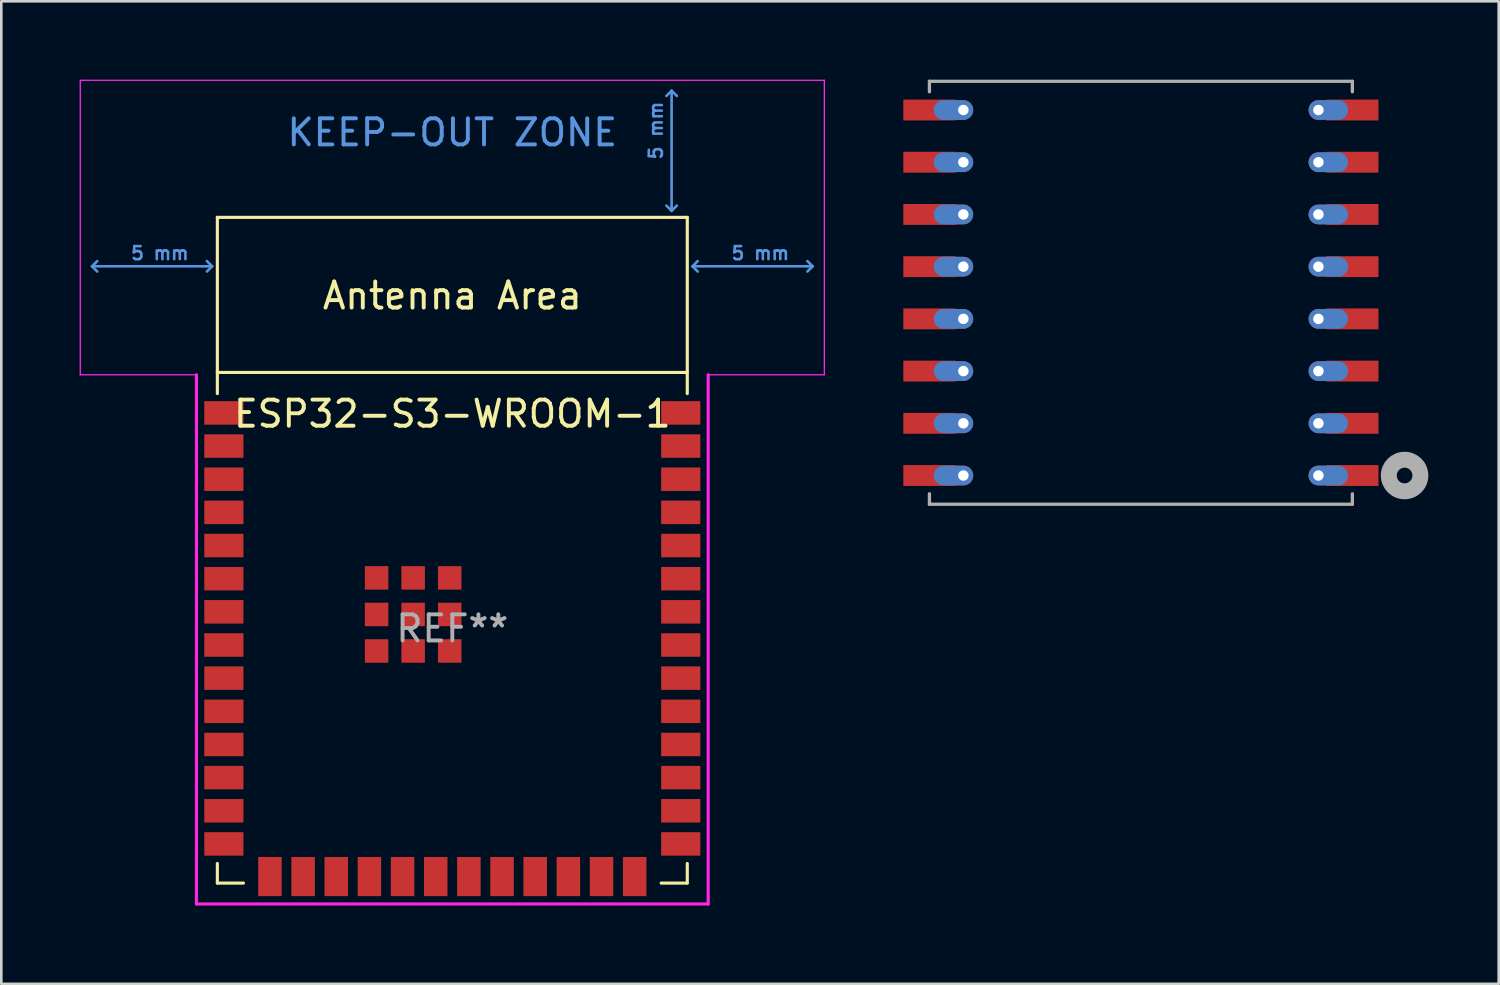
<source format=kicad_pcb>
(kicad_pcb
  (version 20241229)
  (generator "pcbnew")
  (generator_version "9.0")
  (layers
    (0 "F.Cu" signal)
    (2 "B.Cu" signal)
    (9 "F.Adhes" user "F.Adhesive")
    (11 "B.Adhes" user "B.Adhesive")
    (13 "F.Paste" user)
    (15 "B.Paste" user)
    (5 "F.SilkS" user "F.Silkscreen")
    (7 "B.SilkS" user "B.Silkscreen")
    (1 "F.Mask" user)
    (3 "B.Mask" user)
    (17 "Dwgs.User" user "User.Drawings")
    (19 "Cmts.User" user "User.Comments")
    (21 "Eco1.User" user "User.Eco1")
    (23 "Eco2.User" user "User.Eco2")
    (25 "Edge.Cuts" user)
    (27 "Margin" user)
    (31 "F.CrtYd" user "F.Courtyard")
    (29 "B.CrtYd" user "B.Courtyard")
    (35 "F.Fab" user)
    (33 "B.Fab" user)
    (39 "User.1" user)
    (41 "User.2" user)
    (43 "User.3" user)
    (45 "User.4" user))
  (footprint "RFM69HCW"
    (layer "F.Cu")
    (at 40.65 8.164)
    (property "Reference" "RFM69HCW" (at -8 -8.5 0) (layer "In2.Cu") (effects (font (size 0.666 0.666) (thickness 0.146)) (justify left bottom)))
    (fp_line (start -8.1 -8.1) (end 8.1 -8.1) (stroke (width 0.127) (type solid)) (layer "F.Fab"))
    (fp_line (start -8.1 -7.7) (end -8.1 -8.1) (stroke (width 0.127) (type solid)) (layer "F.Fab"))
    (fp_line (start -8.1 7.7) (end -8.1 8.1) (stroke (width 0.127) (type solid)) (layer "F.Fab"))
    (fp_line (start -8.1 8.1) (end 8.1 8.1) (stroke (width 0.127) (type solid)) (layer "F.Fab"))
    (fp_line (start 8.1 -8.1) (end 8.1 -7.7) (stroke (width 0.127) (type solid)) (layer "F.Fab"))
    (fp_line (start 8.1 8.1) (end 8.1 7.7) (stroke (width 0.127) (type solid)) (layer "F.Fab"))
    (fp_circle (center 10.1 7) (end 10.4 7) (stroke (width 0.61) (type solid)) (fill no) (layer "F.Fab"))
    (fp_line (start -8 -8) (end 8 -8) (stroke (width 0.127) (type solid)) (layer "In19.Cu"))
    (fp_line (start -8 8) (end -8 -8) (stroke (width 0.127) (type solid)) (layer "In19.Cu"))
    (fp_line (start 8 -8) (end 8 8) (stroke (width 0.127) (type solid)) (layer "In19.Cu"))
    (fp_line (start 8 8) (end -8 8) (stroke (width 0.127) (type solid)) (layer "In19.Cu"))
    (pad "1" thru_hole oval (at 6.8 7) (size 1.511 0.756) (drill 0.4 (offset 0.378 0)) (layers "*.Cu" "*.Mask"))
    (pad "1P" smd rect (at 8.1 7 180) (size 2 0.8) (layers "F.Cu" "F.Mask" "F.Paste"))
    (pad "2" thru_hole oval (at 6.8 5) (size 1.511 0.756) (drill 0.4 (offset 0.378 0)) (layers "*.Cu" "*.Mask"))
    (pad "2P" smd rect (at 8.1 5 180) (size 2 0.8) (layers "F.Cu" "F.Mask" "F.Paste"))
    (pad "3" thru_hole oval (at 6.8 3) (size 1.511 0.756) (drill 0.4 (offset 0.378 0)) (layers "*.Cu" "*.Mask"))
    (pad "3P" smd rect (at 8.1 3 180) (size 2 0.8) (layers "F.Cu" "F.Mask" "F.Paste"))
    (pad "4" thru_hole oval (at 6.8 1) (size 1.511 0.756) (drill 0.4 (offset 0.378 0)) (layers "*.Cu" "*.Mask"))
    (pad "4P" smd rect (at 8.1 1 180) (size 2 0.8) (layers "F.Cu" "F.Mask" "F.Paste"))
    (pad "5" thru_hole oval (at 6.8 -1) (size 1.511 0.756) (drill 0.4 (offset 0.378 0)) (layers "*.Cu" "*.Mask"))
    (pad "5P" smd rect (at 8.1 -1 180) (size 2 0.8) (layers "F.Cu" "F.Mask" "F.Paste"))
    (pad "6" thru_hole oval (at 6.8 -3) (size 1.511 0.756) (drill 0.4 (offset 0.378 0)) (layers "*.Cu" "*.Mask"))
    (pad "6P" smd rect (at 8.1 -3 180) (size 2 0.8) (layers "F.Cu" "F.Mask" "F.Paste"))
    (pad "7" thru_hole oval (at 6.8 -5) (size 1.511 0.756) (drill 0.4 (offset 0.378 0)) (layers "*.Cu" "*.Mask"))
    (pad "7P" smd rect (at 8.1 -5 180) (size 2 0.8) (layers "F.Cu" "F.Mask" "F.Paste"))
    (pad "8" thru_hole oval (at 6.8 -7) (size 1.511 0.756) (drill 0.4 (offset 0.378 0)) (layers "*.Cu" "*.Mask"))
    (pad "8P" smd rect (at 8.1 -7 180) (size 2 0.8) (layers "F.Cu" "F.Mask" "F.Paste"))
    (pad "9" thru_hole oval (at -6.8 -7 180) (size 1.511 0.756) (drill 0.4 (offset 0.378 0)) (layers "*.Cu" "*.Mask"))
    (pad "9P" smd rect (at -8.1 -7) (size 2 0.8) (layers "F.Cu" "F.Mask" "F.Paste"))
    (pad "10" thru_hole oval (at -6.8 -5 180) (size 1.511 0.756) (drill 0.4 (offset 0.378 0)) (layers "*.Cu" "*.Mask"))
    (pad "10P" smd rect (at -8.1 -5) (size 2 0.8) (layers "F.Cu" "F.Mask" "F.Paste"))
    (pad "11" thru_hole oval (at -6.8 -3 180) (size 1.511 0.756) (drill 0.4 (offset 0.378 0)) (layers "*.Cu" "*.Mask"))
    (pad "11P" smd rect (at -8.1 -3) (size 2 0.8) (layers "F.Cu" "F.Mask" "F.Paste"))
    (pad "12" thru_hole oval (at -6.8 -1 180) (size 1.511 0.756) (drill 0.4 (offset 0.378 0)) (layers "*.Cu" "*.Mask"))
    (pad "12P" smd rect (at -8.1 -1) (size 2 0.8) (layers "F.Cu" "F.Mask" "F.Paste"))
    (pad "13" thru_hole oval (at -6.8 1 180) (size 1.511 0.756) (drill 0.4 (offset 0.378 0)) (layers "*.Cu" "*.Mask"))
    (pad "13P" smd rect (at -8.1 1) (size 2 0.8) (layers "F.Cu" "F.Mask" "F.Paste"))
    (pad "14" thru_hole oval (at -6.8 3 180) (size 1.511 0.756) (drill 0.4 (offset 0.378 0)) (layers "*.Cu" "*.Mask"))
    (pad "14P" smd rect (at -8.1 3) (size 2 0.8) (layers "F.Cu" "F.Mask" "F.Paste"))
    (pad "15" thru_hole oval (at -6.8 5 180) (size 1.511 0.756) (drill 0.4 (offset 0.378 0)) (layers "*.Cu" "*.Mask"))
    (pad "15P" smd rect (at -8.1 5) (size 2 0.8) (layers "F.Cu" "F.Mask" "F.Paste"))
    (pad "16" thru_hole oval (at -6.8 7 180) (size 1.511 0.756) (drill 0.4 (offset 0.378 0)) (layers "*.Cu" "*.Mask"))
    (pad "16P" smd rect (at -8.1 7) (size 2 0.8) (layers "F.Cu" "F.Mask" "F.Paste")))
  (footprint "ESP32-S3-WROOM-1"
    (layer "F.Cu")
    (at 14.275 21.671)
    (property "Reference" "ESP32-S3-WROOM-1" (at 0 -8.87 0) (layer "F.SilkS") (effects (font (size 1 1) (thickness 0.15))))
    (attr smd)
    (fp_line (start -9 -16.395) (end -9 -9.646) (stroke (width 0.12) (type solid)) (layer "F.SilkS"))
    (fp_line (start -9 -16.395) (end 9 -16.395) (stroke (width 0.12) (type solid)) (layer "F.SilkS"))
    (fp_line (start -9 8.354) (end -9 9.104) (stroke (width 0.12) (type solid)) (layer "F.SilkS"))
    (fp_line (start -9 9.104) (end -8 9.104) (stroke (width 0.12) (type solid)) (layer "F.SilkS"))
    (fp_line (start 9 -16.395) (end 9 -9.646) (stroke (width 0.12) (type solid)) (layer "F.SilkS"))
    (fp_line (start 9 -10.456) (end -9 -10.456) (stroke (width 0.12) (type solid)) (layer "F.SilkS"))
    (fp_line (start 9 8.354) (end 9 9.104) (stroke (width 0.12) (type solid)) (layer "F.SilkS"))
    (fp_line (start 9 9.104) (end 8 9.104) (stroke (width 0.12) (type solid)) (layer "F.SilkS"))
    (fp_line (start -13.8 -14.521) (end -13.6 -14.72) (stroke (width 0.1) (type solid)) (layer "Cmts.User"))
    (fp_line (start -13.8 -14.521) (end -13.6 -14.32) (stroke (width 0.1) (type solid)) (layer "Cmts.User"))
    (fp_line (start -13.8 -14.521) (end -9.2 -14.521) (stroke (width 0.1) (type solid)) (layer "Cmts.User"))
    (fp_line (start -9.2 -14.521) (end -9.4 -14.72) (stroke (width 0.1) (type solid)) (layer "Cmts.User"))
    (fp_line (start -9.2 -14.521) (end -9.4 -14.32) (stroke (width 0.1) (type solid)) (layer "Cmts.User"))
    (fp_line (start 8.4 -21.245) (end 8.2 -21.046) (stroke (width 0.1) (type solid)) (layer "Cmts.User"))
    (fp_line (start 8.4 -21.245) (end 8.6 -21.046) (stroke (width 0.1) (type solid)) (layer "Cmts.User"))
    (fp_line (start 8.4 -16.645) (end 8.2 -16.846) (stroke (width 0.1) (type solid)) (layer "Cmts.User"))
    (fp_line (start 8.4 -16.645) (end 8.4 -21.245) (stroke (width 0.1) (type solid)) (layer "Cmts.User"))
    (fp_line (start 8.4 -16.645) (end 8.6 -16.846) (stroke (width 0.1) (type solid)) (layer "Cmts.User"))
    (fp_line (start 9.2 -14.521) (end 9.4 -14.72) (stroke (width 0.1) (type solid)) (layer "Cmts.User"))
    (fp_line (start 9.2 -14.521) (end 9.4 -14.32) (stroke (width 0.1) (type solid)) (layer "Cmts.User"))
    (fp_line (start 9.2 -14.521) (end 13.8 -14.521) (stroke (width 0.1) (type solid)) (layer "Cmts.User"))
    (fp_line (start 13.8 -14.521) (end 13.6 -14.72) (stroke (width 0.1) (type solid)) (layer "Cmts.User"))
    (fp_line (start 13.8 -14.521) (end 13.6 -14.32) (stroke (width 0.1) (type solid)) (layer "Cmts.User"))
    (fp_line (start -9 -16.395) (end 9 -16.395) (stroke (width 0.12) (type solid)) (layer "Eco2.User"))
    (fp_line (start -9 -10.456) (end 9 -10.456) (stroke (width 0.12) (type solid)) (layer "Eco2.User"))
    (fp_line (start -9 9.104) (end -9 -16.395) (stroke (width 0.12) (type solid)) (layer "Eco2.User"))
    (fp_line (start 9 -16.395) (end 9 9.104) (stroke (width 0.12) (type solid)) (layer "Eco2.User"))
    (fp_line (start 9 9.104) (end -9 9.104) (stroke (width 0.12) (type solid)) (layer "Eco2.User"))
    (fp_line (start -14.25 -21.645) (end -14.25 -10.366) (stroke (width 0.05) (type solid)) (layer "F.CrtYd"))
    (fp_line (start -14.25 -21.645) (end 14.25 -21.645) (stroke (width 0.05) (type solid)) (layer "F.CrtYd"))
    (fp_line (start -14.25 -10.366) (end -9.8 -10.366) (stroke (width 0.05) (type solid)) (layer "F.CrtYd"))
    (fp_line (start -9.8 -10.366) (end -9.8 9.905) (stroke (width 0.12) (type solid)) (layer "F.CrtYd"))
    (fp_line (start -9.8 9.905) (end 9.8 9.905) (stroke (width 0.12) (type solid)) (layer "F.CrtYd"))
    (fp_line (start 9.8 -10.366) (end 9.8 9.905) (stroke (width 0.12) (type solid)) (layer "F.CrtYd"))
    (fp_line (start 9.8 -10.366) (end 14.25 -10.366) (stroke (width 0.05) (type solid)) (layer "F.CrtYd"))
    (fp_line (start 14.25 -21.645) (end 14.25 -10.366) (stroke (width 0.05) (type solid)) (layer "F.CrtYd"))
    (fp_text user "Antenna Area" (at 0 -13.395 0) (layer "F.SilkS") (effects (font (size 1 1) (thickness 0.15))))
    (fp_text user "KEEP-OUT ZONE" (at 0 -19.645 0) (layer "Cmts.User") (effects (font (size 1 1) (thickness 0.15))))
    (fp_text user "5 mm" (at 7.8 -19.721 90) (layer "Cmts.User") (effects (font (size 0.5 0.5) (thickness 0.1))))
    (fp_text user "5 mm" (at -11.2 -15.021 0) (layer "Cmts.User") (effects (font (size 0.5 0.5) (thickness 0.1))))
    (fp_text user "5 mm" (at 11.8 -15.021 0) (layer "Cmts.User") (effects (font (size 0.5 0.5) (thickness 0.1))))
    (fp_text user "Antenna Area" (at 0 -13.395 0) (layer "Eco2.User") (effects (font (size 1 1) (thickness 0.15))))
    (fp_text user "REF**" (at 0 -0.645 0) (layer "F.Fab") (effects (font (size 1 1) (thickness 0.15))))
    (pad "1" smd rect (at -8.75 -8.905) (size 1.5 0.9) (layers "F.Cu" "F.Mask" "F.Paste"))
    (pad "2" smd rect (at -8.75 -7.636) (size 1.5 0.9) (layers "F.Cu" "F.Mask" "F.Paste"))
    (pad "3" smd rect (at -8.75 -6.365) (size 1.5 0.9) (layers "F.Cu" "F.Mask" "F.Paste"))
    (pad "4" smd rect (at -8.75 -5.096) (size 1.5 0.9) (layers "F.Cu" "F.Mask" "F.Paste"))
    (pad "5" smd rect (at -8.75 -3.825) (size 1.5 0.9) (layers "F.Cu" "F.Mask" "F.Paste"))
    (pad "6" smd rect (at -8.75 -2.555) (size 1.5 0.9) (layers "F.Cu" "F.Mask" "F.Paste"))
    (pad "7" smd rect (at -8.75 -1.286) (size 1.5 0.9) (layers "F.Cu" "F.Mask" "F.Paste"))
    (pad "8" smd rect (at -8.75 -0.015) (size 1.5 0.9) (layers "F.Cu" "F.Mask" "F.Paste"))
    (pad "9" smd rect (at -8.75 1.254) (size 1.5 0.9) (layers "F.Cu" "F.Mask" "F.Paste"))
    (pad "10" smd rect (at -8.75 2.525) (size 1.5 0.9) (layers "F.Cu" "F.Mask" "F.Paste"))
    (pad "11" smd rect (at -8.75 3.795) (size 1.5 0.9) (layers "F.Cu" "F.Mask" "F.Paste"))
    (pad "12" smd rect (at -8.75 5.064) (size 1.5 0.9) (layers "F.Cu" "F.Mask" "F.Paste"))
    (pad "13" smd rect (at -8.75 6.335) (size 1.5 0.9) (layers "F.Cu" "F.Mask" "F.Paste"))
    (pad "14" smd rect (at -8.75 7.604) (size 1.5 0.9) (layers "F.Cu" "F.Mask" "F.Paste"))
    (pad "15" smd rect (at -6.985 8.854 90) (size 1.5 0.9) (layers "F.Cu" "F.Mask" "F.Paste"))
    (pad "16" smd rect (at -5.715 8.854 90) (size 1.5 0.9) (layers "F.Cu" "F.Mask" "F.Paste"))
    (pad "17" smd rect (at -4.445 8.854 90) (size 1.5 0.9) (layers "F.Cu" "F.Mask" "F.Paste"))
    (pad "18" smd rect (at -3.175 8.854 90) (size 1.5 0.9) (layers "F.Cu" "F.Mask" "F.Paste"))
    (pad "19" smd rect (at -1.905 8.854 90) (size 1.5 0.9) (layers "F.Cu" "F.Mask" "F.Paste"))
    (pad "20" smd rect (at -0.635 8.854 90) (size 1.5 0.9) (layers "F.Cu" "F.Mask" "F.Paste"))
    (pad "21" smd rect (at 0.635 8.854 90) (size 1.5 0.9) (layers "F.Cu" "F.Mask" "F.Paste"))
    (pad "22" smd rect (at 1.905 8.854 90) (size 1.5 0.9) (layers "F.Cu" "F.Mask" "F.Paste"))
    (pad "23" smd rect (at 3.175 8.854 90) (size 1.5 0.9) (layers "F.Cu" "F.Mask" "F.Paste"))
    (pad "24" smd rect (at 4.445 8.854 90) (size 1.5 0.9) (layers "F.Cu" "F.Mask" "F.Paste"))
    (pad "25" smd rect (at 5.715 8.854 90) (size 1.5 0.9) (layers "F.Cu" "F.Mask" "F.Paste"))
    (pad "26" smd rect (at 6.985 8.854 90) (size 1.5 0.9) (layers "F.Cu" "F.Mask" "F.Paste"))
    (pad "27" smd rect (at 8.75 7.604 180) (size 1.5 0.9) (layers "F.Cu" "F.Mask" "F.Paste"))
    (pad "28" smd rect (at 8.75 6.335 180) (size 1.5 0.9) (layers "F.Cu" "F.Mask" "F.Paste"))
    (pad "29" smd rect (at 8.75 5.064 180) (size 1.5 0.9) (layers "F.Cu" "F.Mask" "F.Paste"))
    (pad "30" smd rect (at 8.75 3.795 180) (size 1.5 0.9) (layers "F.Cu" "F.Mask" "F.Paste"))
    (pad "31" smd rect (at 8.75 2.525 180) (size 1.5 0.9) (layers "F.Cu" "F.Mask" "F.Paste"))
    (pad "32" smd rect (at 8.75 1.254 180) (size 1.5 0.9) (layers "F.Cu" "F.Mask" "F.Paste"))
    (pad "33" smd rect (at 8.75 -0.015 180) (size 1.5 0.9) (layers "F.Cu" "F.Mask" "F.Paste"))
    (pad "34" smd rect (at 8.75 -1.286 180) (size 1.5 0.9) (layers "F.Cu" "F.Mask" "F.Paste"))
    (pad "35" smd rect (at 8.75 -2.555 180) (size 1.5 0.9) (layers "F.Cu" "F.Mask" "F.Paste"))
    (pad "36" smd rect (at 8.75 -3.825 180) (size 1.5 0.9) (layers "F.Cu" "F.Mask" "F.Paste"))
    (pad "37" smd rect (at 8.75 -5.096 180) (size 1.5 0.9) (layers "F.Cu" "F.Mask" "F.Paste"))
    (pad "38" smd rect (at 8.75 -6.365 180) (size 1.5 0.9) (layers "F.Cu" "F.Mask" "F.Paste"))
    (pad "39" smd rect (at 8.75 -7.636 180) (size 1.5 0.9) (layers "F.Cu" "F.Mask" "F.Paste"))
    (pad "40" smd rect (at 8.75 -8.905 180) (size 1.5 0.9) (layers "F.Cu" "F.Mask" "F.Paste"))
    (pad "41" smd rect (at -2.9 -2.586 180) (size 0.9 0.9) (layers "F.Cu" "F.Mask" "F.Paste"))
    (pad "41" smd rect (at -2.9 -1.185 180) (size 0.9 0.9) (layers "F.Cu" "F.Mask" "F.Paste"))
    (pad "41" smd rect (at -2.9 0.214 180) (size 0.9 0.9) (layers "F.Cu" "F.Mask" "F.Paste"))
    (pad "41" smd rect (at -1.5 -2.586 180) (size 0.9 0.9) (layers "F.Cu" "F.Mask" "F.Paste"))
    (pad "41" smd rect (at -1.5 -1.185 180) (size 0.9 0.9) (layers "F.Cu" "F.Mask" "F.Paste"))
    (pad "41" smd rect (at -1.5 0.214 180) (size 0.9 0.9) (layers "F.Cu" "F.Mask" "F.Paste"))
    (pad "41" smd rect (at -0.1 -2.586 180) (size 0.9 0.9) (layers "F.Cu" "F.Mask" "F.Paste"))
    (pad "41" smd rect (at -0.1 -1.185 180) (size 0.9 0.9) (layers "F.Cu" "F.Mask" "F.Paste"))
    (pad "41" smd rect (at -0.1 0.214 180) (size 0.9 0.9) (layers "F.Cu" "F.Mask" "F.Paste"))
    (zone (net_name "") (layers "F.Cu" "B.Cu") (hatch full 0.508) (connect_pads) (min_thickness 0.254) (filled_areas_thickness no) (keepout (tracks not_allowed) (vias not_allowed) (pads not_allowed) (copperpour not_allowed) (footprints not_allowed)) (placement (enabled no)) (fill) (polygon (pts (xy 0.275 11.055) (xy 28.275 11.055) (xy 28.275 0.275) (xy 0.275 0.275)))))
  (gr_rect
    (start -3 -3)
    (end 54.355 34.635)
    (stroke (width 0.1) (type default))
    (fill no)
    (layer "Edge.Cuts")))
</source>
